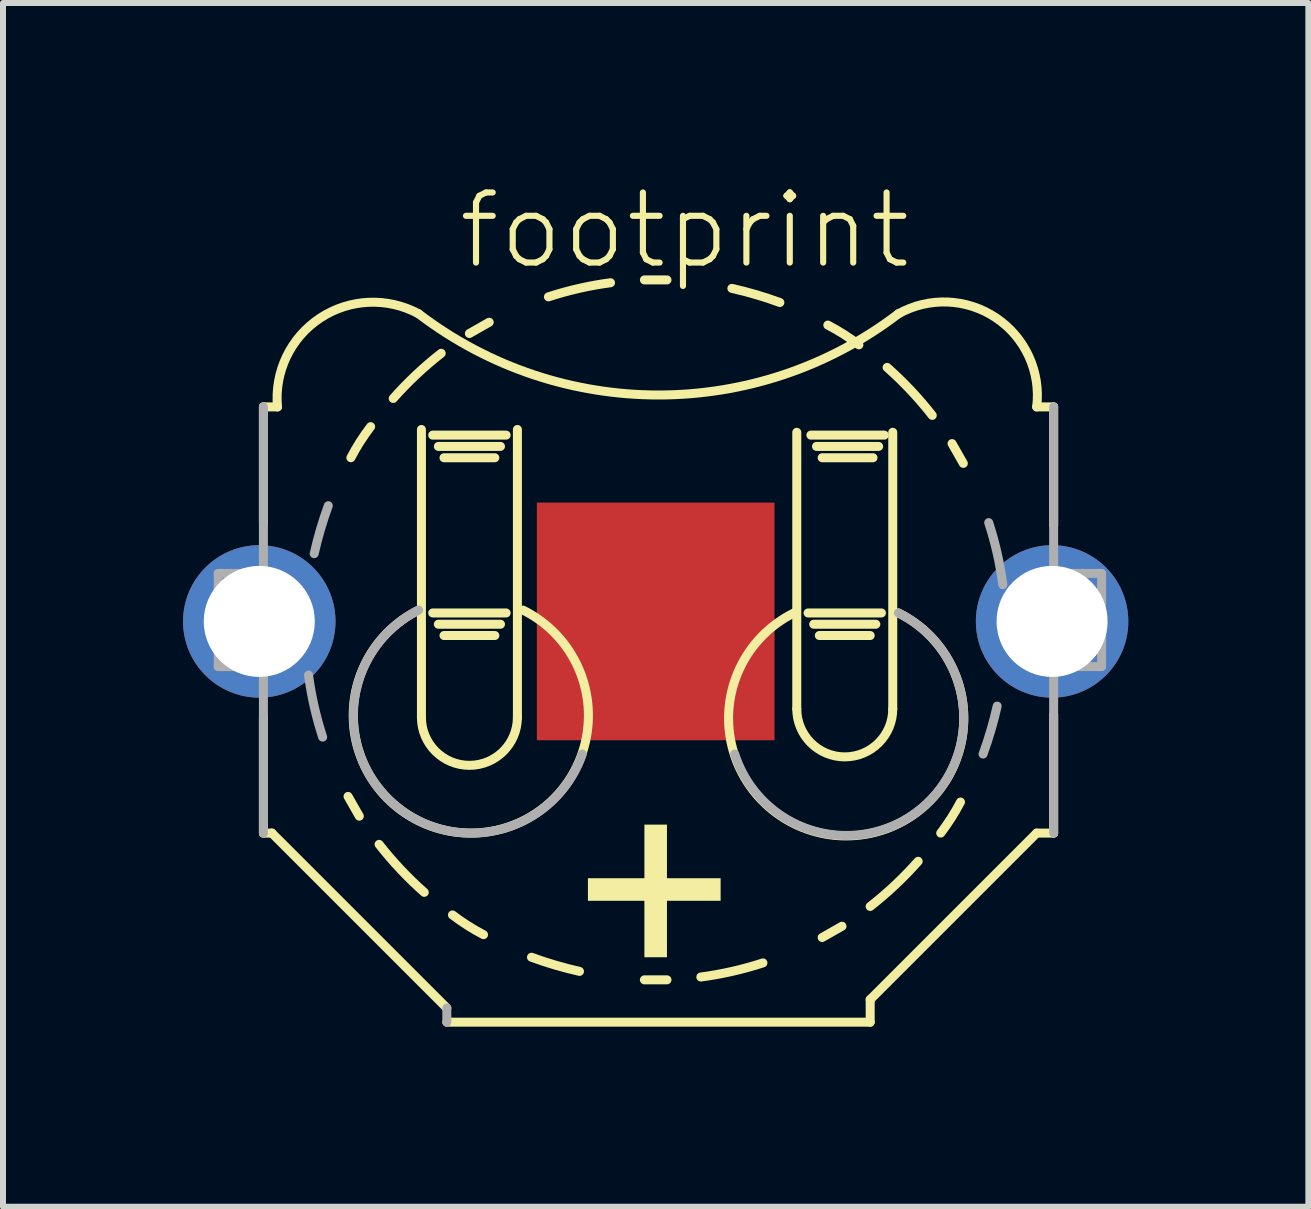
<source format=kicad_pcb>
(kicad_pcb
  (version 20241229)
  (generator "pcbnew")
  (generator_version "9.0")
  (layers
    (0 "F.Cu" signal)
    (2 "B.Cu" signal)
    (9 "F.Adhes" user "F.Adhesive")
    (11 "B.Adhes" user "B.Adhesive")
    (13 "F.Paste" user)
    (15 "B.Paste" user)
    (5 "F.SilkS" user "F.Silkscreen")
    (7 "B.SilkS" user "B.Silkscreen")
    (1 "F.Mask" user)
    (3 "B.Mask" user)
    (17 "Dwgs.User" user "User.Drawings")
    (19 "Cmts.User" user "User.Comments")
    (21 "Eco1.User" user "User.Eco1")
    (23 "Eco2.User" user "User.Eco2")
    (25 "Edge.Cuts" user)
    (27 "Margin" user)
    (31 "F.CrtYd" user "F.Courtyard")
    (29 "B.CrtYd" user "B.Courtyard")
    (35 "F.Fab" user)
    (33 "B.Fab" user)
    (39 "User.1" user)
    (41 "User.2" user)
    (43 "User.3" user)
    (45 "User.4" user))
  (footprint "footprint"
    (layer "F.Cu")
    (at 7.875 7.304)
    (property "Reference" "footprint" (at -3.339 -5.831 0) (layer "F.SilkS") (effects (font (size 1.168 1.168) (thickness 0.102)) (justify left bottom)))
    (fp_line (start -6.536 -3.574) (end -6.301 -3.574) (stroke (width 0.15) (type solid)) (layer "F.SilkS"))
    (fp_line (start -6.536 -1.646) (end -6.536 -3.574) (stroke (width 0.15) (type solid)) (layer "F.SilkS"))
    (fp_line (start -6.536 3.527) (end -6.536 1.599) (stroke (width 0.15) (type solid)) (layer "F.SilkS"))
    (fp_line (start -6.395 3.527) (end -6.536 3.527) (stroke (width 0.15) (type solid)) (layer "F.SilkS"))
    (fp_line (start -5.126 2.916) (end -4.938 3.245) (stroke (width 0.15) (type solid)) (layer "F.SilkS"))
    (fp_line (start -3.903 -3.198) (end -3.903 1.599) (stroke (width 0.15) (type solid)) (layer "F.SilkS"))
    (fp_line (start -3.715 -3.104) (end -2.492 -3.104) (stroke (width 0.15) (type solid)) (layer "F.SilkS"))
    (fp_line (start -3.715 -0.141) (end -2.492 -0.141) (stroke (width 0.15) (type solid)) (layer "F.SilkS"))
    (fp_line (start -3.621 -2.916) (end -2.586 -2.916) (stroke (width 0.15) (type solid)) (layer "F.SilkS"))
    (fp_line (start -3.621 0.047) (end -2.586 0.047) (stroke (width 0.15) (type solid)) (layer "F.SilkS"))
    (fp_line (start -3.527 -2.727) (end -2.68 -2.727) (stroke (width 0.15) (type solid)) (layer "F.SilkS"))
    (fp_line (start -3.527 0.235) (end -2.68 0.235) (stroke (width 0.15) (type solid)) (layer "F.SilkS"))
    (fp_line (start -3.48 6.442) (end -6.395 3.527) (stroke (width 0.15) (type solid)) (layer "F.SilkS"))
    (fp_line (start -2.774 -4.985) (end -3.104 -4.797) (stroke (width 0.15) (type solid)) (layer "F.SilkS"))
    (fp_line (start -2.304 1.599) (end -2.304 -3.198) (stroke (width 0.15) (type solid)) (layer "F.SilkS"))
    (fp_line (start -0.188 -5.69) (end 0.188 -5.69) (stroke (width 0.15) (type solid)) (layer "F.SilkS"))
    (fp_line (start 0.188 5.972) (end -0.188 5.972) (stroke (width 0.15) (type solid)) (layer "F.SilkS"))
    (fp_line (start 2.351 -3.151) (end 2.351 1.458) (stroke (width 0.15) (type solid)) (layer "F.SilkS"))
    (fp_line (start 2.539 -0.141) (end 3.762 -0.141) (stroke (width 0.15) (type solid)) (layer "F.SilkS"))
    (fp_line (start 2.586 -3.104) (end 3.809 -3.104) (stroke (width 0.15) (type solid)) (layer "F.SilkS"))
    (fp_line (start 2.633 0.047) (end 3.668 0.047) (stroke (width 0.15) (type solid)) (layer "F.SilkS"))
    (fp_line (start 2.68 -2.916) (end 3.715 -2.916) (stroke (width 0.15) (type solid)) (layer "F.SilkS"))
    (fp_line (start 2.727 0.235) (end 3.574 0.235) (stroke (width 0.15) (type solid)) (layer "F.SilkS"))
    (fp_line (start 2.774 -2.727) (end 3.621 -2.727) (stroke (width 0.15) (type solid)) (layer "F.SilkS"))
    (fp_line (start 2.774 5.267) (end 3.104 5.079) (stroke (width 0.15) (type solid)) (layer "F.SilkS"))
    (fp_line (start 3.574 6.301) (end 3.574 6.678) (stroke (width 0.15) (type solid)) (layer "F.SilkS"))
    (fp_line (start 3.574 6.678) (end -3.48 6.678) (stroke (width 0.15) (type solid)) (layer "F.SilkS"))
    (fp_line (start 3.95 1.458) (end 3.95 -3.151) (stroke (width 0.15) (type solid)) (layer "F.SilkS"))
    (fp_line (start 5.126 -2.633) (end 4.938 -2.963) (stroke (width 0.15) (type solid)) (layer "F.SilkS"))
    (fp_line (start 6.348 -3.574) (end 6.631 -3.574) (stroke (width 0.15) (type solid)) (layer "F.SilkS"))
    (fp_line (start 6.348 3.527) (end 3.574 6.301) (stroke (width 0.15) (type solid)) (layer "F.SilkS"))
    (fp_line (start 6.631 -3.574) (end 6.631 -1.599) (stroke (width 0.15) (type solid)) (layer "F.SilkS"))
    (fp_line (start 6.631 1.552) (end 6.631 3.527) (stroke (width 0.15) (type solid)) (layer "F.SilkS"))
    (fp_line (start 6.631 3.527) (end 6.348 3.527) (stroke (width 0.15) (type solid)) (layer "F.SilkS"))
    (fp_arc (start -6.30135 -3.5739) (mid -5.590856 -5.054557) (end -3.950099 -5.125724) (stroke (width 0.15) (type solid)) (layer "F.SilkS"))
    (fp_arc (start -5.0787 -2.72745) (mid -4.925175 -2.993127) (end -4.749525 -3.244725) (stroke (width 0.15) (type solid)) (layer "F.SilkS"))
    (fp_arc (start -4.373325 -3.714975) (mid -3.99078 -4.109415) (end -3.5739 -4.467375) (stroke (width 0.15) (type solid)) (layer "F.SilkS"))
    (fp_arc (start -3.85605 4.5144) (mid -4.25049 4.131855) (end -4.60845 3.714975) (stroke (width 0.15) (type solid)) (layer "F.SilkS"))
    (fp_arc (start -2.868525 5.219775) (mid -3.134202 5.06625) (end -3.3858 4.8906) (stroke (width 0.15) (type solid)) (layer "F.SilkS"))
    (fp_arc (start -2.304225 1.59885) (mid -3.10365 2.398275) (end -3.903075 1.59885) (stroke (width 0.15) (type solid)) (layer "F.SilkS"))
    (fp_arc (start -2.210176 -0.188101) (mid -3.080136 3.527016) (end -3.9501 -0.1881) (stroke (width 0.15) (type solid)) (layer "F.SilkS"))
    (fp_arc (start -1.78695 -5.407875) (mid -1.275049 -5.549084) (end -0.7524 -5.643) (stroke (width 0.15) (type solid)) (layer "F.SilkS"))
    (fp_arc (start -1.269675 5.8311) (mid -1.673196 5.726485) (end -2.0691 5.595975) (stroke (width 0.15) (type solid)) (layer "F.SilkS"))
    (fp_arc (start 1.269675 -5.54895) (mid 1.673196 -5.444335) (end 2.0691 -5.313825) (stroke (width 0.15) (type solid)) (layer "F.SilkS"))
    (fp_arc (start 1.78695 5.690025) (mid 1.275049 5.831234) (end 0.7524 5.92515) (stroke (width 0.15) (type solid)) (layer "F.SilkS"))
    (fp_arc (start 2.868525 -4.937625) (mid 3.134202 -4.7841) (end 3.3858 -4.60845) (stroke (width 0.15) (type solid)) (layer "F.SilkS"))
    (fp_arc (start 3.85605 -4.23225) (mid 4.25049 -3.849705) (end 4.60845 -3.432825) (stroke (width 0.15) (type solid)) (layer "F.SilkS"))
    (fp_arc (start 3.9501 1.457775) (mid 3.150675 2.2572) (end 2.35125 1.457775) (stroke (width 0.15) (type solid)) (layer "F.SilkS"))
    (fp_arc (start 4.044149 -5.125724) (mid 0.047024 -3.772412) (end -3.9501 -5.125725) (stroke (width 0.15) (type solid)) (layer "F.SilkS"))
    (fp_arc (start 4.044149 -0.141075) (mid 3.174187 3.57404) (end 2.304225 -0.141075) (stroke (width 0.15) (type solid)) (layer "F.SilkS"))
    (fp_arc (start 4.04415 -5.125725) (mid 5.67262 -5.057128) (end 6.348374 -3.573897) (stroke (width 0.15) (type solid)) (layer "F.SilkS"))
    (fp_arc (start 4.373325 3.997125) (mid 3.99078 4.391565) (end 3.5739 4.749525) (stroke (width 0.15) (type solid)) (layer "F.SilkS"))
    (fp_arc (start 5.0787 3.0096) (mid 4.925175 3.275277) (end 4.749525 3.526875) (stroke (width 0.15) (type solid)) (layer "F.SilkS"))
    (fp_poly (pts (xy -0.188 5.596) (xy 0.188 5.596) (xy 0.188 3.386) (xy -0.188 3.386)) (stroke (width 0) (type solid)) (fill yes) (layer "F.SilkS"))
    (fp_poly (pts (xy 1.082 4.655) (xy 1.082 4.279) (xy -1.129 4.279) (xy -1.129 4.655)) (stroke (width 0) (type solid)) (fill yes) (layer "F.SilkS"))
    (fp_line (start -7.289 -0.799) (end -7.289 0.752) (stroke (width 0.15) (type solid)) (layer "F.Fab"))
    (fp_line (start -7.289 0.752) (end -6.631 0.752) (stroke (width 0.15) (type solid)) (layer "F.Fab"))
    (fp_line (start -6.583 -0.799) (end -7.289 -0.799) (stroke (width 0.15) (type solid)) (layer "F.Fab"))
    (fp_line (start -6.536 3.527) (end -6.536 -3.574) (stroke (width 0.15) (type solid)) (layer "F.Fab"))
    (fp_line (start -5.831 0.329) (end -5.831 -0.047) (stroke (width 0.15) (type solid)) (layer "F.Fab"))
    (fp_line (start -3.48 6.678) (end -3.48 6.442) (stroke (width 0.15) (type solid)) (layer "F.Fab"))
    (fp_line (start 5.831 -0.047) (end 5.831 0.329) (stroke (width 0.15) (type solid)) (layer "F.Fab"))
    (fp_line (start 6.631 -3.574) (end 6.631 3.527) (stroke (width 0.15) (type solid)) (layer "F.Fab"))
    (fp_line (start 6.678 -0.799) (end 7.43 -0.799) (stroke (width 0.15) (type solid)) (layer "F.Fab"))
    (fp_line (start 7.43 -0.799) (end 7.43 0.752) (stroke (width 0.15) (type solid)) (layer "F.Fab"))
    (fp_line (start 7.43 0.752) (end 6.678 0.752) (stroke (width 0.15) (type solid)) (layer "F.Fab"))
    (fp_arc (start -5.690025 -1.1286) (mid -5.58541 -1.532121) (end -5.4549 -1.928025) (stroke (width 0.15) (type solid)) (layer "F.Fab"))
    (fp_arc (start -5.54895 1.928025) (mid -5.690159 1.416124) (end -5.784075 0.893475) (stroke (width 0.15) (type solid)) (layer "F.Fab"))
    (fp_arc (start -1.222649 2.210173) (mid -4.369858 3.039315) (end -3.9501 -0.1881) (stroke (width 0.15) (type solid)) (layer "F.Fab"))
    (fp_arc (start 4.044148 -0.141075) (mid 4.454432 3.092398) (end 1.3167 2.210175) (stroke (width 0.15) (type solid)) (layer "F.Fab"))
    (fp_arc (start 5.54895 -1.645875) (mid 5.690159 -1.133974) (end 5.784075 -0.611325) (stroke (width 0.15) (type solid)) (layer "F.Fab"))
    (fp_arc (start 5.690025 1.41075) (mid 5.58541 1.814271) (end 5.4549 2.210175) (stroke (width 0.15) (type solid)) (layer "F.Fab"))
    (pad "N-" smd rect (at 0 0) (size 3.96 3.96) (layers "F.Cu" "F.Mask" "F.Paste"))
    (pad "P+@1" thru_hole circle (at -6.605 0) (size 2.54 2.54) (drill 1.85) (layers "*.Cu" "*.Mask"))
    (pad "P+@2" thru_hole circle (at 6.605 0) (size 2.54 2.54) (drill 1.85) (layers "*.Cu" "*.Mask")))
  (gr_rect
    (start -3 -3)
    (end 18.75 17.057)
    (stroke (width 0.1) (type default))
    (fill no)
    (layer "Edge.Cuts")))
</source>
